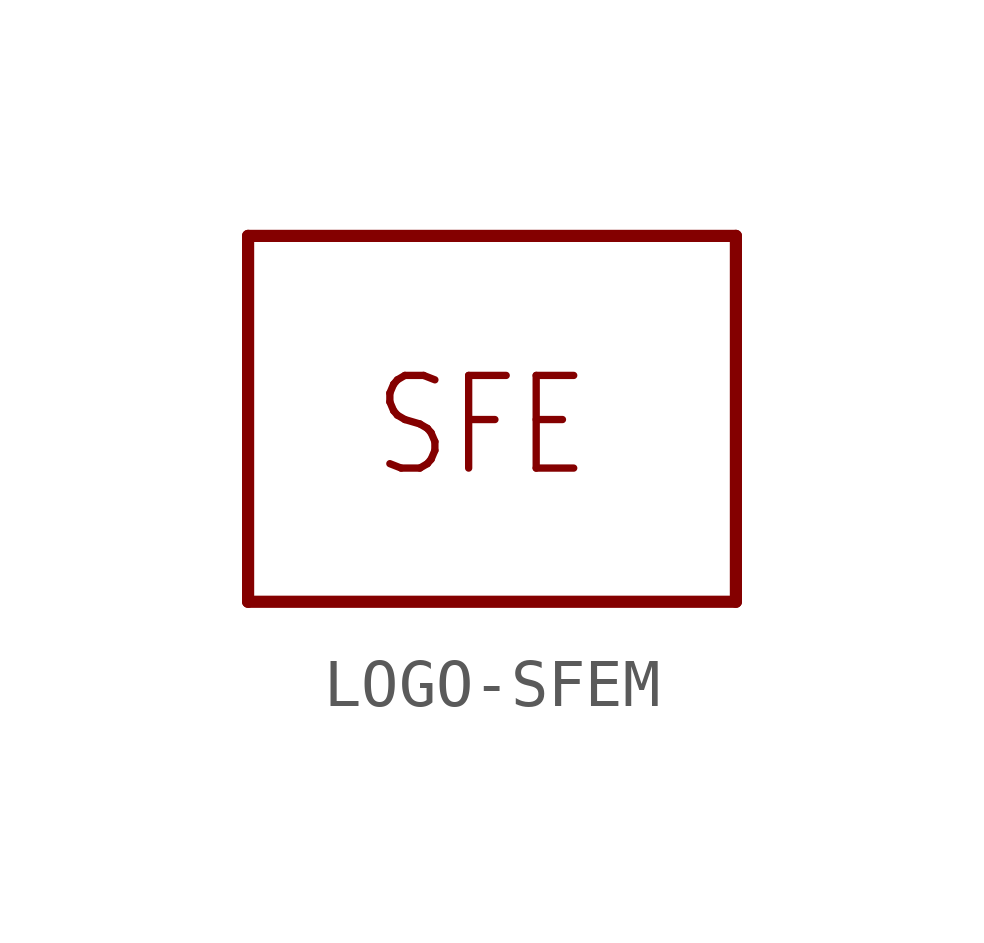
<source format=kicad_sym>
(kicad_symbol_lib
  (version 20231120)
  (generator "kicad_symbol_editor")
  (generator_version "8.0")
  (symbol "LOGO-SFEM"
    (property "Reference" "JP"
      (at 0 0 0)
      (effects (font (size 1.27 1.27)) (hide yes)))
    (property "ki_locked" ""
      (at 0 0 0)
      (effects (font (size 1.27 1.27))))
    (symbol "LOGO-SFEM_1_0"
      (polyline (pts (xy -2.54 -2.54) (xy 7.62 -2.54)) (stroke (width 0.254) (type solid)) (fill (type none)))
      (polyline (pts (xy -2.54 5.08) (xy -2.54 -2.54)) (stroke (width 0.254) (type solid)) (fill (type none)))
      (polyline (pts (xy 7.62 -2.54) (xy 7.62 5.08)) (stroke (width 0.254) (type solid)) (fill (type none)))
      (polyline (pts (xy 7.62 5.08) (xy -2.54 5.08)) (stroke (width 0.254) (type solid)) (fill (type none)))
      (text "SFE" (at 0 0 0) (effects (font (size 1.93 1.641)) (justify left bottom))))))
</source>
